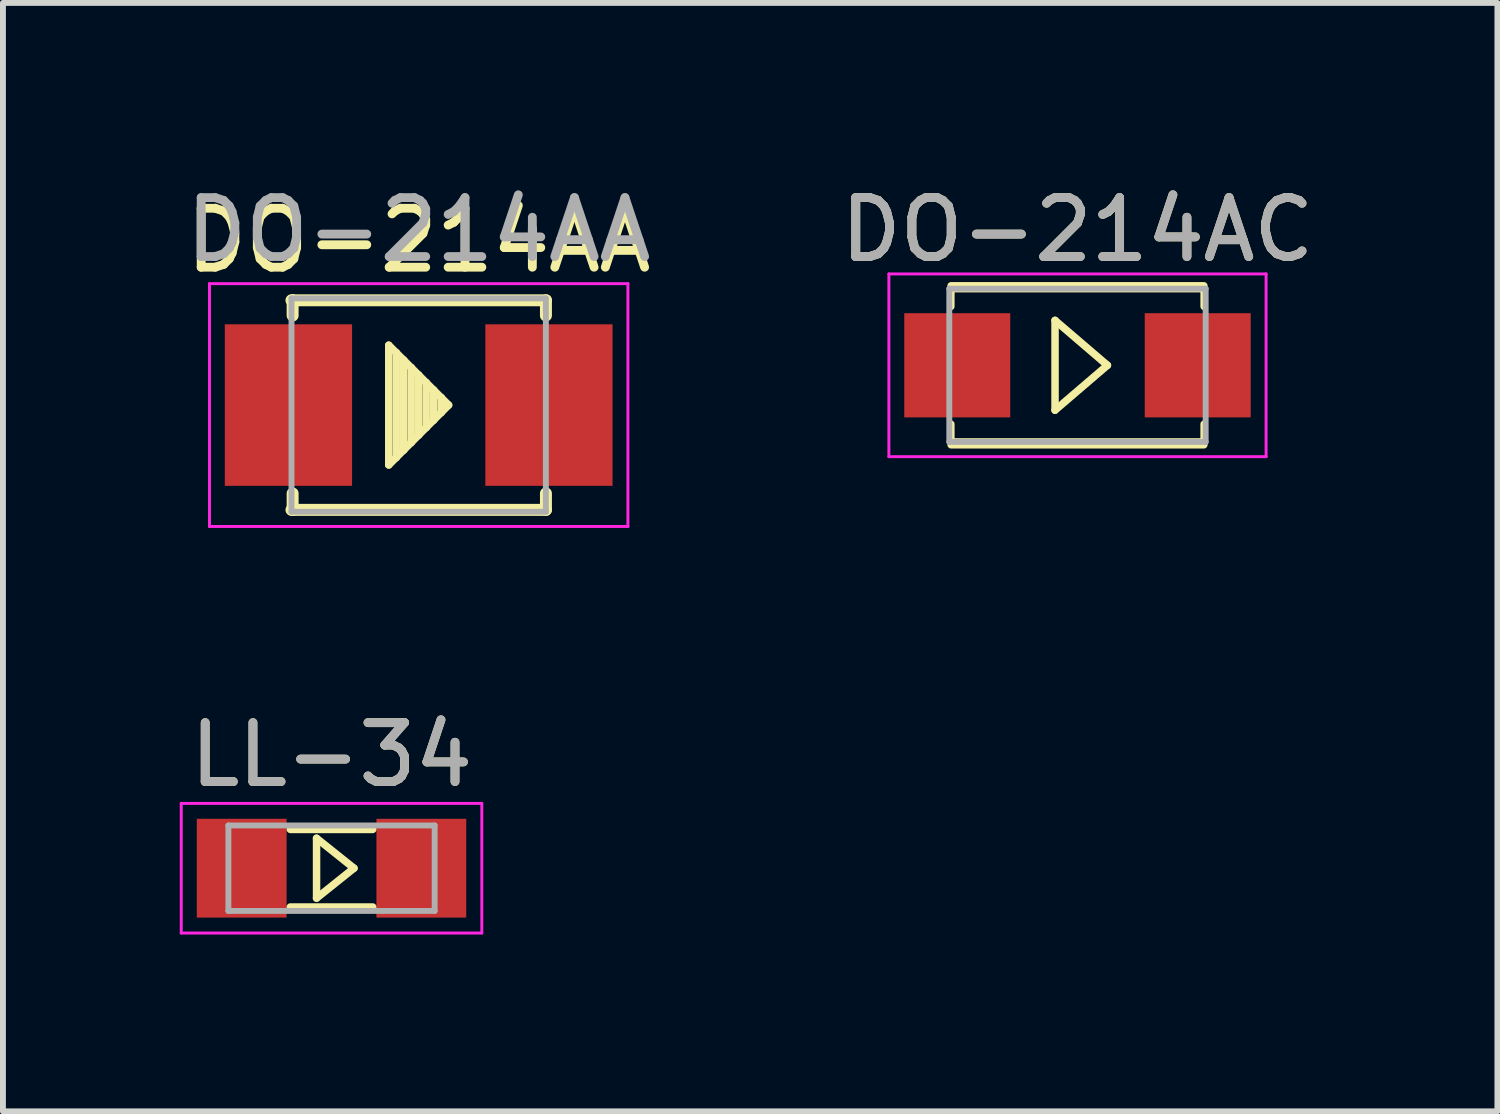
<source format=kicad_pcb>
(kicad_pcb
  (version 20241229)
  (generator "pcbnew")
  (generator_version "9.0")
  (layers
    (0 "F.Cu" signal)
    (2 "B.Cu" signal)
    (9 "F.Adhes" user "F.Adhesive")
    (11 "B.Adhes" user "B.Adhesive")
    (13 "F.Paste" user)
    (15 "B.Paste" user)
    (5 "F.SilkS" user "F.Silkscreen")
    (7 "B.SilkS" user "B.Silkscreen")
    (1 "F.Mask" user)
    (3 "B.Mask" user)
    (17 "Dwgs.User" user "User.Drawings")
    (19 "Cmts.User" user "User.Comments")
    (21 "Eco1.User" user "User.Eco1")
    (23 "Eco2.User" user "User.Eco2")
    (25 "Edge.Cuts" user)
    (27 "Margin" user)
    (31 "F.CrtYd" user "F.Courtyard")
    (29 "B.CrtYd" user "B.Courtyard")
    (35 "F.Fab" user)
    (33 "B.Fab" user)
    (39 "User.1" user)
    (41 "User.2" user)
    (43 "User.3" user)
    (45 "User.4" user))
  (footprint "LL-34"
    (layer "F.Cu")
    (at 2.575 11.681)
    (property "Reference" "LL-34" (at 0 -1.925 0) (layer "F.SilkS") (effects (font (size 1 1) (thickness 0.15))))
    (attr smd)
    (fp_line (start -0.699 -0.658) (end 0.699 -0.658) (stroke (width 0.127) (type solid)) (layer "F.SilkS"))
    (fp_line (start -0.699 0.658) (end 0.699 0.658) (stroke (width 0.127) (type solid)) (layer "F.SilkS"))
    (fp_line (start -0.254 -0.508) (end 0.381 0) (stroke (width 0.127) (type solid)) (layer "F.SilkS"))
    (fp_line (start -0.254 0.508) (end -0.254 -0.508) (stroke (width 0.127) (type solid)) (layer "F.SilkS"))
    (fp_line (start 0.381 0) (end -0.254 0.508) (stroke (width 0.127) (type solid)) (layer "F.SilkS"))
    (fp_line (start -2.55 -1.1) (end -2.55 1.1) (stroke (width 0.05) (type solid)) (layer "F.CrtYd"))
    (fp_line (start -2.55 1.1) (end 2.55 1.1) (stroke (width 0.05) (type solid)) (layer "F.CrtYd"))
    (fp_line (start 2.55 -1.1) (end -2.55 -1.1) (stroke (width 0.05) (type solid)) (layer "F.CrtYd"))
    (fp_line (start 2.55 1.1) (end 2.55 -1.1) (stroke (width 0.05) (type solid)) (layer "F.CrtYd"))
    (fp_line (start -1.75 -0.725) (end 1.75 -0.725) (stroke (width 0.1) (type solid)) (layer "F.Fab"))
    (fp_line (start -1.75 0.725) (end -1.75 -0.725) (stroke (width 0.1) (type solid)) (layer "F.Fab"))
    (fp_line (start 1.75 -0.725) (end 1.75 0.725) (stroke (width 0.1) (type solid)) (layer "F.Fab"))
    (fp_line (start 1.75 0.725) (end -1.75 0.725) (stroke (width 0.1) (type solid)) (layer "F.Fab"))
    (fp_text user "${REFERENCE}" (at 0 -1.925 0) (layer "F.Fab") (effects (font (size 1 1) (thickness 0.15))))
    (pad "1" smd rect (at -1.524 0 180) (size 1.524 1.676) (layers "F.Cu" "F.Mask" "F.Paste"))
    (pad "2" smd rect (at 1.524 0 180) (size 1.524 1.676) (layers "F.Cu" "F.Mask" "F.Paste")))
  (footprint "DO-214AC"
    (layer "F.Cu")
    (at 15.232 3.148)
    (property "Reference" "DO-214AC" (at 0 -2.3 0) (layer "F.SilkS") (effects (font (size 1 1) (thickness 0.15))))
    (attr smd)
    (fp_line (start -2.159 -1.27) (end 2.159 -1.27) (stroke (width 0.066) (type solid)) (layer "F.SilkS"))
    (fp_line (start -2.159 1.27) (end 2.159 1.27) (stroke (width 0.066) (type solid)) (layer "F.SilkS"))
    (fp_line (start -2.149 -1.298) (end -2.149 -0.998) (stroke (width 0.127) (type solid)) (layer "F.SilkS"))
    (fp_line (start -2.149 1.298) (end -2.149 0.998) (stroke (width 0.127) (type solid)) (layer "F.SilkS"))
    (fp_line (start -2.144 -1.349) (end 2.144 -1.349) (stroke (width 0.127) (type solid)) (layer "F.SilkS"))
    (fp_line (start -0.381 -0.762) (end 0.508 0) (stroke (width 0.127) (type solid)) (layer "F.SilkS"))
    (fp_line (start -0.381 0.762) (end -0.381 -0.762) (stroke (width 0.127) (type solid)) (layer "F.SilkS"))
    (fp_line (start 0.508 0) (end -0.381 0.762) (stroke (width 0.127) (type solid)) (layer "F.SilkS"))
    (fp_line (start 2.144 1.349) (end -2.144 1.349) (stroke (width 0.127) (type solid)) (layer "F.SilkS"))
    (fp_line (start 2.149 -1.298) (end 2.149 -0.998) (stroke (width 0.127) (type solid)) (layer "F.SilkS"))
    (fp_line (start 2.149 1.298) (end 2.149 0.998) (stroke (width 0.127) (type solid)) (layer "F.SilkS"))
    (fp_line (start -3.2 -1.55) (end 3.2 -1.55) (stroke (width 0.05) (type solid)) (layer "F.CrtYd"))
    (fp_line (start -3.2 1.55) (end -3.2 -1.55) (stroke (width 0.05) (type solid)) (layer "F.CrtYd"))
    (fp_line (start 3.2 -1.55) (end 3.2 1.55) (stroke (width 0.05) (type solid)) (layer "F.CrtYd"))
    (fp_line (start 3.2 1.55) (end -3.2 1.55) (stroke (width 0.05) (type solid)) (layer "F.CrtYd"))
    (fp_line (start -2.175 -1.3) (end 2.175 -1.3) (stroke (width 0.1) (type solid)) (layer "F.Fab"))
    (fp_line (start -2.175 1.3) (end -2.175 -1.3) (stroke (width 0.1) (type solid)) (layer "F.Fab"))
    (fp_line (start 2.175 -1.3) (end 2.175 1.3) (stroke (width 0.1) (type solid)) (layer "F.Fab"))
    (fp_line (start 2.175 1.3) (end -2.175 1.3) (stroke (width 0.1) (type solid)) (layer "F.Fab"))
    (fp_text user "${REFERENCE}" (at 0 -2.3 0) (layer "F.Fab") (effects (font (size 1 1) (thickness 0.15))))
    (pad "1" smd rect (at -2.04 0 90) (size 1.768 1.798) (layers "F.Cu" "F.Mask" "F.Paste"))
    (pad "2" smd rect (at 2.04 0 90) (size 1.768 1.798) (layers "F.Cu" "F.Mask" "F.Paste")))
  (footprint "DO-214AA"
    (layer "F.Cu")
    (at 4.054 3.823)
    (property "Reference" "DO-214AA" (at 0 -2.794 0) (layer "F.SilkS") (effects (font (size 1 1) (thickness 0.15))))
    (attr smd)
    (fp_line (start -2.159 -1.778) (end -2.139 -1.778) (stroke (width 0.203) (type solid)) (layer "F.SilkS"))
    (fp_line (start -2.139 -1.778) (end 2.159 -1.778) (stroke (width 0.203) (type solid)) (layer "F.SilkS"))
    (fp_line (start -2.139 -1.519) (end -2.139 -1.778) (stroke (width 0.203) (type solid)) (layer "F.SilkS"))
    (fp_line (start -2.139 1.778) (end -2.159 1.778) (stroke (width 0.203) (type solid)) (layer "F.SilkS"))
    (fp_line (start -2.139 1.778) (end -2.139 1.499) (stroke (width 0.203) (type solid)) (layer "F.SilkS"))
    (fp_line (start -0.508 -1.016) (end -0.381 -0.889) (stroke (width 0.127) (type solid)) (layer "F.SilkS"))
    (fp_line (start -0.508 1.016) (end -0.508 -1.016) (stroke (width 0.127) (type solid)) (layer "F.SilkS"))
    (fp_line (start -0.381 -0.889) (end -0.381 0.889) (stroke (width 0.127) (type solid)) (layer "F.SilkS"))
    (fp_line (start -0.381 -0.889) (end -0.254 -0.762) (stroke (width 0.127) (type solid)) (layer "F.SilkS"))
    (fp_line (start -0.381 0.889) (end -0.508 1.016) (stroke (width 0.127) (type solid)) (layer "F.SilkS"))
    (fp_line (start -0.381 0.889) (end -0.254 0.762) (stroke (width 0.127) (type solid)) (layer "F.SilkS"))
    (fp_line (start -0.254 -0.762) (end -0.127 -0.635) (stroke (width 0.127) (type solid)) (layer "F.SilkS"))
    (fp_line (start -0.254 0.762) (end -0.254 -0.762) (stroke (width 0.127) (type solid)) (layer "F.SilkS"))
    (fp_line (start -0.254 0.762) (end -0.127 0.635) (stroke (width 0.127) (type solid)) (layer "F.SilkS"))
    (fp_line (start -0.127 -0.635) (end -0.127 0.635) (stroke (width 0.127) (type solid)) (layer "F.SilkS"))
    (fp_line (start -0.127 -0.635) (end 0 -0.508) (stroke (width 0.127) (type solid)) (layer "F.SilkS"))
    (fp_line (start -0.127 0.635) (end 0 0.508) (stroke (width 0.127) (type solid)) (layer "F.SilkS"))
    (fp_line (start 0 -0.508) (end 0.127 -0.381) (stroke (width 0.127) (type solid)) (layer "F.SilkS"))
    (fp_line (start 0 0.508) (end 0 -0.508) (stroke (width 0.127) (type solid)) (layer "F.SilkS"))
    (fp_line (start 0 0.508) (end 0.127 0.381) (stroke (width 0.127) (type solid)) (layer "F.SilkS"))
    (fp_line (start 0.127 -0.381) (end 0.127 0.381) (stroke (width 0.127) (type solid)) (layer "F.SilkS"))
    (fp_line (start 0.127 -0.381) (end 0.254 -0.254) (stroke (width 0.127) (type solid)) (layer "F.SilkS"))
    (fp_line (start 0.254 -0.254) (end 0.381 -0.127) (stroke (width 0.127) (type solid)) (layer "F.SilkS"))
    (fp_line (start 0.254 0.254) (end 0.127 0.381) (stroke (width 0.127) (type solid)) (layer "F.SilkS"))
    (fp_line (start 0.254 0.254) (end 0.254 -0.254) (stroke (width 0.127) (type solid)) (layer "F.SilkS"))
    (fp_line (start 0.381 -0.127) (end 0.381 0.127) (stroke (width 0.127) (type solid)) (layer "F.SilkS"))
    (fp_line (start 0.381 -0.127) (end 0.508 0) (stroke (width 0.127) (type solid)) (layer "F.SilkS"))
    (fp_line (start 0.381 0.127) (end 0.254 0.254) (stroke (width 0.127) (type solid)) (layer "F.SilkS"))
    (fp_line (start 0.508 0) (end 0.381 0.127) (stroke (width 0.127) (type solid)) (layer "F.SilkS"))
    (fp_line (start 2.159 -1.519) (end 2.159 -1.778) (stroke (width 0.203) (type solid)) (layer "F.SilkS"))
    (fp_line (start 2.159 1.778) (end -2.139 1.778) (stroke (width 0.203) (type solid)) (layer "F.SilkS"))
    (fp_line (start 2.159 1.778) (end 2.159 1.499) (stroke (width 0.203) (type solid)) (layer "F.SilkS"))
    (fp_line (start -3.55 -2.06) (end 3.55 -2.06) (stroke (width 0.05) (type solid)) (layer "F.CrtYd"))
    (fp_line (start -3.55 2.06) (end -3.55 -2.06) (stroke (width 0.05) (type solid)) (layer "F.CrtYd"))
    (fp_line (start 3.55 -2.06) (end 3.55 2.06) (stroke (width 0.05) (type solid)) (layer "F.CrtYd"))
    (fp_line (start 3.55 2.06) (end -3.55 2.06) (stroke (width 0.05) (type solid)) (layer "F.CrtYd"))
    (fp_line (start -2.158 -1.81) (end 2.158 -1.81) (stroke (width 0.1) (type solid)) (layer "F.Fab"))
    (fp_line (start -2.158 1.81) (end -2.158 -1.81) (stroke (width 0.1) (type solid)) (layer "F.Fab"))
    (fp_line (start 2.158 -1.81) (end 2.158 1.81) (stroke (width 0.1) (type solid)) (layer "F.Fab"))
    (fp_line (start 2.158 1.81) (end -2.158 1.81) (stroke (width 0.1) (type solid)) (layer "F.Fab"))
    (fp_text user "${REFERENCE}" (at 0 -2.975 0) (layer "F.Fab") (effects (font (size 1 1) (thickness 0.15))))
    (pad "1" smd rect (at -2.21 0 270) (size 2.741 2.159) (layers "F.Cu" "F.Mask" "F.Paste"))
    (pad "2" smd rect (at 2.21 0 270) (size 2.741 2.159) (layers "F.Cu" "F.Mask" "F.Paste")))
  (gr_rect
    (start -3 -3)
    (end 22.357 15.806)
    (stroke (width 0.1) (type default))
    (fill no)
    (layer "Edge.Cuts")))
</source>
